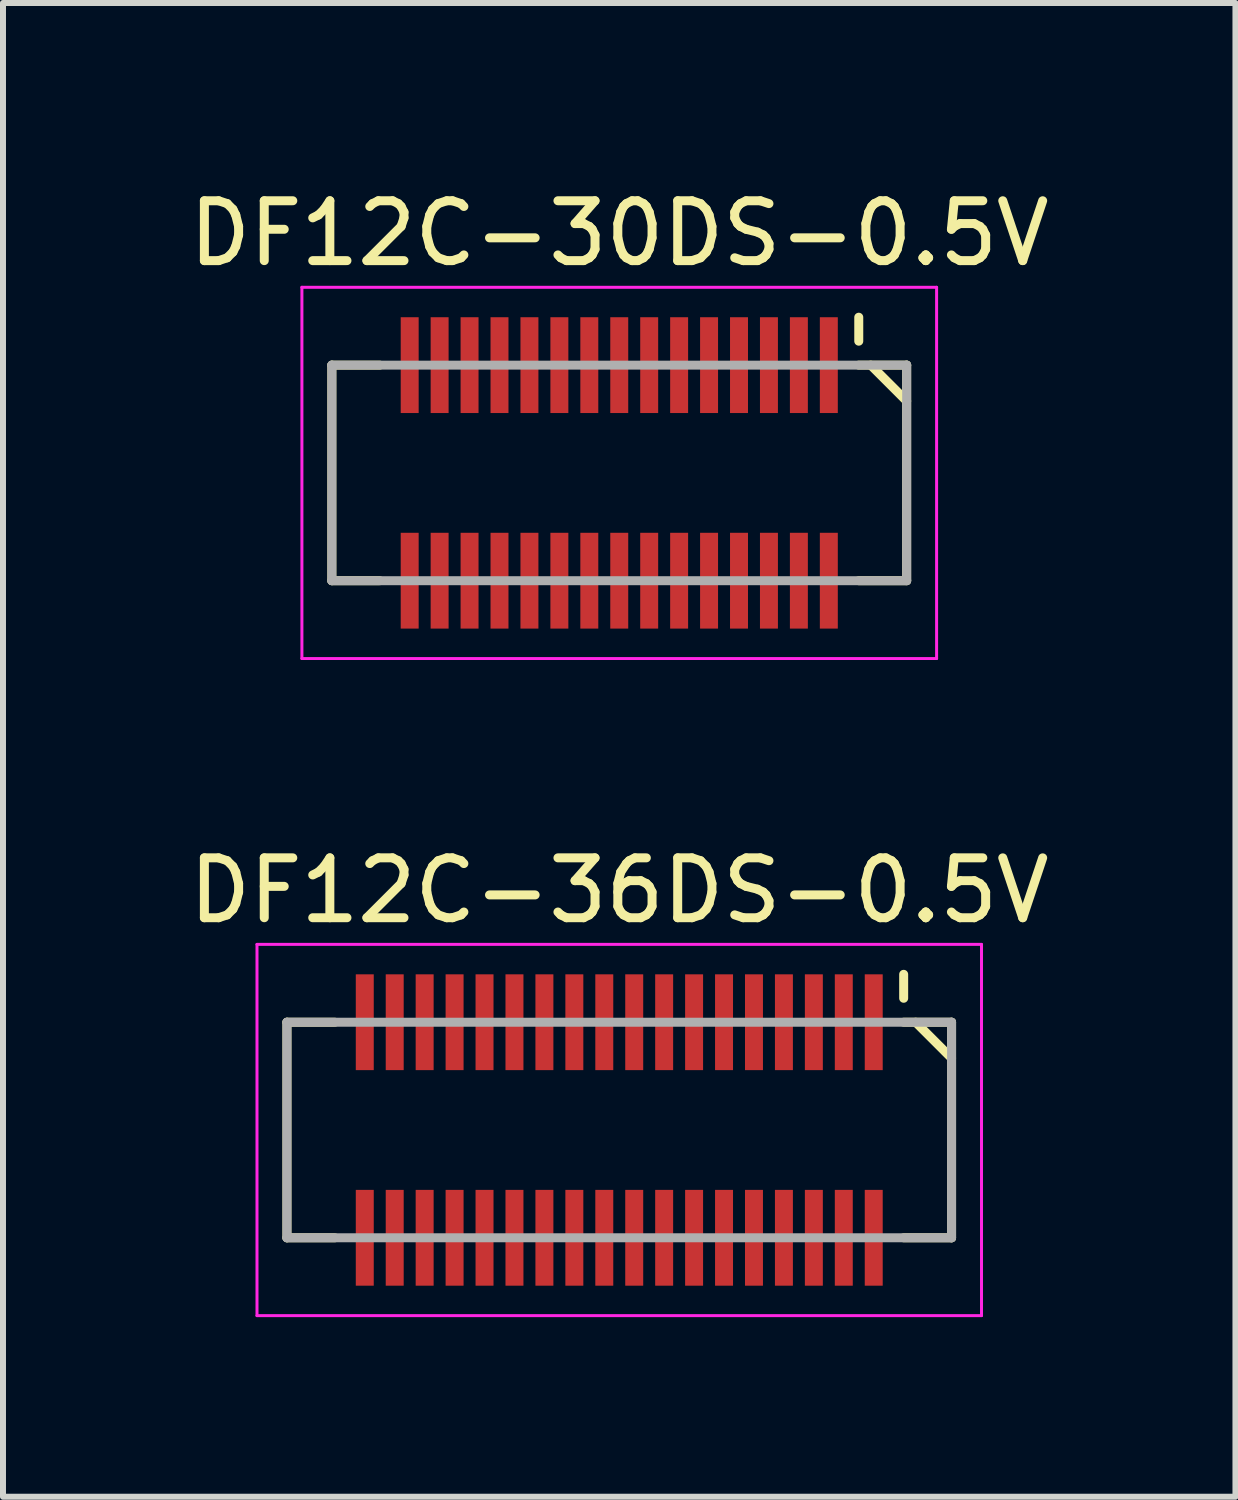
<source format=kicad_pcb>
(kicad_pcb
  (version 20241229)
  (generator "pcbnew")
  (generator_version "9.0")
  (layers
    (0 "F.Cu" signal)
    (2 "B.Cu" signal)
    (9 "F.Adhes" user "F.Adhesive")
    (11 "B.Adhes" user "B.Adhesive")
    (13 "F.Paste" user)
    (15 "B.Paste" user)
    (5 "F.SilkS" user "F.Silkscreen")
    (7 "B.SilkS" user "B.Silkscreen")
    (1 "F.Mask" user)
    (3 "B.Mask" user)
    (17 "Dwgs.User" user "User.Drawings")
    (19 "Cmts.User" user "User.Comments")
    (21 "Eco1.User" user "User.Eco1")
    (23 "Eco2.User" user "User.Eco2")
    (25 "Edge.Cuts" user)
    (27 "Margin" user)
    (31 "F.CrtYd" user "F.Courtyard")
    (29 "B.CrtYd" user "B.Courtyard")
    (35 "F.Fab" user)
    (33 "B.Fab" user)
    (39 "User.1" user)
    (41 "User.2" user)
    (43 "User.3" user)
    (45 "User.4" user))
  (footprint "DF12C-30DS-0.5V"
    (layer "F.Cu")
    (at 7.292 4.848)
    (property "Reference" "DF12C-30DS-0.5V" (at 0 -4 0) (layer "F.SilkS") (effects (font (size 1 1) (thickness 0.15))))
    (attr smd)
    (fp_line (start -4.8 -1.8) (end -4.8 1.8) (stroke (width 0.15) (type solid)) (layer "F.SilkS"))
    (fp_line (start -4.8 -1.8) (end -4 -1.8) (stroke (width 0.15) (type solid)) (layer "F.SilkS"))
    (fp_line (start -4.8 1.8) (end -4 1.8) (stroke (width 0.15) (type solid)) (layer "F.SilkS"))
    (fp_line (start 4 -2.6) (end 4 -2.2) (stroke (width 0.15) (type solid)) (layer "F.SilkS"))
    (fp_line (start 4 -1.8) (end 4.8 -1.8) (stroke (width 0.15) (type solid)) (layer "F.SilkS"))
    (fp_line (start 4 1.8) (end 4.8 1.8) (stroke (width 0.15) (type solid)) (layer "F.SilkS"))
    (fp_line (start 4.2 -1.8) (end 4.8 -1.2) (stroke (width 0.15) (type solid)) (layer "F.SilkS"))
    (fp_line (start 4.8 -1.8) (end 4.8 1.8) (stroke (width 0.15) (type solid)) (layer "F.SilkS"))
    (fp_line (start -5.3 -3.1) (end -5.3 3.1) (stroke (width 0.05) (type solid)) (layer "F.CrtYd"))
    (fp_line (start -5.3 -3.1) (end 5.3 -3.1) (stroke (width 0.05) (type solid)) (layer "F.CrtYd"))
    (fp_line (start -5.3 3.1) (end 5.3 3.1) (stroke (width 0.05) (type solid)) (layer "F.CrtYd"))
    (fp_line (start 5.3 -3.1) (end 5.3 3.1) (stroke (width 0.05) (type solid)) (layer "F.CrtYd"))
    (fp_line (start -4.8 -1.8) (end -4.8 1.8) (stroke (width 0.15) (type solid)) (layer "F.Fab"))
    (fp_line (start -4.8 -1.8) (end 4.8 -1.8) (stroke (width 0.15) (type solid)) (layer "F.Fab"))
    (fp_line (start -4.8 1.8) (end 4.8 1.8) (stroke (width 0.15) (type solid)) (layer "F.Fab"))
    (fp_line (start 4.8 -1.8) (end 4.8 1.8) (stroke (width 0.15) (type solid)) (layer "F.Fab"))
    (pad "1" smd rect (at 3.5 -1.8) (size 0.3 1.6) (layers "F.Cu" "F.Mask" "F.Paste"))
    (pad "2" smd rect (at 3.5 1.8) (size 0.3 1.6) (layers "F.Cu" "F.Mask" "F.Paste"))
    (pad "3" smd rect (at 3 -1.8) (size 0.3 1.6) (layers "F.Cu" "F.Mask" "F.Paste"))
    (pad "4" smd rect (at 3 1.8) (size 0.3 1.6) (layers "F.Cu" "F.Mask" "F.Paste"))
    (pad "5" smd rect (at 2.5 -1.8) (size 0.3 1.6) (layers "F.Cu" "F.Mask" "F.Paste"))
    (pad "6" smd rect (at 2.5 1.8) (size 0.3 1.6) (layers "F.Cu" "F.Mask" "F.Paste"))
    (pad "7" smd rect (at 2 -1.8) (size 0.3 1.6) (layers "F.Cu" "F.Mask" "F.Paste"))
    (pad "8" smd rect (at 2 1.8) (size 0.3 1.6) (layers "F.Cu" "F.Mask" "F.Paste"))
    (pad "9" smd rect (at 1.5 -1.8) (size 0.3 1.6) (layers "F.Cu" "F.Mask" "F.Paste"))
    (pad "10" smd rect (at 1.5 1.8) (size 0.3 1.6) (layers "F.Cu" "F.Mask" "F.Paste"))
    (pad "11" smd rect (at 1 -1.8) (size 0.3 1.6) (layers "F.Cu" "F.Mask" "F.Paste"))
    (pad "12" smd rect (at 1 1.8) (size 0.3 1.6) (layers "F.Cu" "F.Mask" "F.Paste"))
    (pad "13" smd rect (at 0.5 -1.8) (size 0.3 1.6) (layers "F.Cu" "F.Mask" "F.Paste"))
    (pad "14" smd rect (at 0.5 1.8) (size 0.3 1.6) (layers "F.Cu" "F.Mask" "F.Paste"))
    (pad "15" smd rect (at 0 -1.8) (size 0.3 1.6) (layers "F.Cu" "F.Mask" "F.Paste"))
    (pad "16" smd rect (at 0 1.8) (size 0.3 1.6) (layers "F.Cu" "F.Mask" "F.Paste"))
    (pad "17" smd rect (at -0.5 -1.8) (size 0.3 1.6) (layers "F.Cu" "F.Mask" "F.Paste"))
    (pad "18" smd rect (at -0.5 1.8) (size 0.3 1.6) (layers "F.Cu" "F.Mask" "F.Paste"))
    (pad "19" smd rect (at -1 -1.8) (size 0.3 1.6) (layers "F.Cu" "F.Mask" "F.Paste"))
    (pad "20" smd rect (at -1 1.8) (size 0.3 1.6) (layers "F.Cu" "F.Mask" "F.Paste"))
    (pad "21" smd rect (at -1.5 -1.8) (size 0.3 1.6) (layers "F.Cu" "F.Mask" "F.Paste"))
    (pad "22" smd rect (at -1.5 1.8) (size 0.3 1.6) (layers "F.Cu" "F.Mask" "F.Paste"))
    (pad "23" smd rect (at -2 -1.8) (size 0.3 1.6) (layers "F.Cu" "F.Mask" "F.Paste"))
    (pad "24" smd rect (at -2 1.8) (size 0.3 1.6) (layers "F.Cu" "F.Mask" "F.Paste"))
    (pad "25" smd rect (at -2.5 -1.8) (size 0.3 1.6) (layers "F.Cu" "F.Mask" "F.Paste"))
    (pad "26" smd rect (at -2.5 1.8) (size 0.3 1.6) (layers "F.Cu" "F.Mask" "F.Paste"))
    (pad "27" smd rect (at -3 -1.8) (size 0.3 1.6) (layers "F.Cu" "F.Mask" "F.Paste"))
    (pad "28" smd rect (at -3 1.8) (size 0.3 1.6) (layers "F.Cu" "F.Mask" "F.Paste"))
    (pad "29" smd rect (at -3.5 -1.8) (size 0.3 1.6) (layers "F.Cu" "F.Mask" "F.Paste"))
    (pad "30" smd rect (at -3.5 1.8) (size 0.3 1.6) (layers "F.Cu" "F.Mask" "F.Paste")))
  (footprint "DF12C-36DS-0.5V"
    (layer "F.Cu")
    (at 7.292 15.822)
    (property "Reference" "DF12C-36DS-0.5V" (at 0 -4 0) (layer "F.SilkS") (effects (font (size 1 1) (thickness 0.15))))
    (attr smd)
    (fp_line (start -5.55 -1.8) (end -5.55 1.8) (stroke (width 0.15) (type solid)) (layer "F.SilkS"))
    (fp_line (start -5.55 -1.8) (end -4.75 -1.8) (stroke (width 0.15) (type solid)) (layer "F.SilkS"))
    (fp_line (start -5.55 1.8) (end -4.75 1.8) (stroke (width 0.15) (type solid)) (layer "F.SilkS"))
    (fp_line (start 4.75 -2.6) (end 4.75 -2.2) (stroke (width 0.15) (type solid)) (layer "F.SilkS"))
    (fp_line (start 4.75 -1.8) (end 5.55 -1.8) (stroke (width 0.15) (type solid)) (layer "F.SilkS"))
    (fp_line (start 4.75 1.8) (end 5.55 1.8) (stroke (width 0.15) (type solid)) (layer "F.SilkS"))
    (fp_line (start 4.95 -1.8) (end 5.55 -1.2) (stroke (width 0.15) (type solid)) (layer "F.SilkS"))
    (fp_line (start 5.55 -1.8) (end 5.55 1.8) (stroke (width 0.15) (type solid)) (layer "F.SilkS"))
    (fp_line (start -6.05 -3.1) (end -6.05 3.1) (stroke (width 0.05) (type solid)) (layer "F.CrtYd"))
    (fp_line (start -6.05 -3.1) (end 6.05 -3.1) (stroke (width 0.05) (type solid)) (layer "F.CrtYd"))
    (fp_line (start -6.05 3.1) (end 6.05 3.1) (stroke (width 0.05) (type solid)) (layer "F.CrtYd"))
    (fp_line (start 6.05 -3.1) (end 6.05 3.1) (stroke (width 0.05) (type solid)) (layer "F.CrtYd"))
    (fp_line (start -5.55 -1.8) (end -5.55 1.8) (stroke (width 0.15) (type solid)) (layer "F.Fab"))
    (fp_line (start -5.55 -1.8) (end 5.55 -1.8) (stroke (width 0.15) (type solid)) (layer "F.Fab"))
    (fp_line (start -5.55 1.8) (end 5.55 1.8) (stroke (width 0.15) (type solid)) (layer "F.Fab"))
    (fp_line (start 5.55 -1.8) (end 5.55 1.8) (stroke (width 0.15) (type solid)) (layer "F.Fab"))
    (pad "1" smd rect (at 4.25 -1.8) (size 0.3 1.6) (layers "F.Cu" "F.Mask" "F.Paste"))
    (pad "2" smd rect (at 4.25 1.8) (size 0.3 1.6) (layers "F.Cu" "F.Mask" "F.Paste"))
    (pad "3" smd rect (at 3.75 -1.8) (size 0.3 1.6) (layers "F.Cu" "F.Mask" "F.Paste"))
    (pad "4" smd rect (at 3.75 1.8) (size 0.3 1.6) (layers "F.Cu" "F.Mask" "F.Paste"))
    (pad "5" smd rect (at 3.25 -1.8) (size 0.3 1.6) (layers "F.Cu" "F.Mask" "F.Paste"))
    (pad "6" smd rect (at 3.25 1.8) (size 0.3 1.6) (layers "F.Cu" "F.Mask" "F.Paste"))
    (pad "7" smd rect (at 2.75 -1.8) (size 0.3 1.6) (layers "F.Cu" "F.Mask" "F.Paste"))
    (pad "8" smd rect (at 2.75 1.8) (size 0.3 1.6) (layers "F.Cu" "F.Mask" "F.Paste"))
    (pad "9" smd rect (at 2.25 -1.8) (size 0.3 1.6) (layers "F.Cu" "F.Mask" "F.Paste"))
    (pad "10" smd rect (at 2.25 1.8) (size 0.3 1.6) (layers "F.Cu" "F.Mask" "F.Paste"))
    (pad "11" smd rect (at 1.75 -1.8) (size 0.3 1.6) (layers "F.Cu" "F.Mask" "F.Paste"))
    (pad "12" smd rect (at 1.75 1.8) (size 0.3 1.6) (layers "F.Cu" "F.Mask" "F.Paste"))
    (pad "13" smd rect (at 1.25 -1.8) (size 0.3 1.6) (layers "F.Cu" "F.Mask" "F.Paste"))
    (pad "14" smd rect (at 1.25 1.8) (size 0.3 1.6) (layers "F.Cu" "F.Mask" "F.Paste"))
    (pad "15" smd rect (at 0.75 -1.8) (size 0.3 1.6) (layers "F.Cu" "F.Mask" "F.Paste"))
    (pad "16" smd rect (at 0.75 1.8) (size 0.3 1.6) (layers "F.Cu" "F.Mask" "F.Paste"))
    (pad "17" smd rect (at 0.25 -1.8) (size 0.3 1.6) (layers "F.Cu" "F.Mask" "F.Paste"))
    (pad "18" smd rect (at 0.25 1.8) (size 0.3 1.6) (layers "F.Cu" "F.Mask" "F.Paste"))
    (pad "19" smd rect (at -0.25 -1.8) (size 0.3 1.6) (layers "F.Cu" "F.Mask" "F.Paste"))
    (pad "20" smd rect (at -0.25 1.8) (size 0.3 1.6) (layers "F.Cu" "F.Mask" "F.Paste"))
    (pad "21" smd rect (at -0.75 -1.8) (size 0.3 1.6) (layers "F.Cu" "F.Mask" "F.Paste"))
    (pad "22" smd rect (at -0.75 1.8) (size 0.3 1.6) (layers "F.Cu" "F.Mask" "F.Paste"))
    (pad "23" smd rect (at -1.25 -1.8) (size 0.3 1.6) (layers "F.Cu" "F.Mask" "F.Paste"))
    (pad "24" smd rect (at -1.25 1.8) (size 0.3 1.6) (layers "F.Cu" "F.Mask" "F.Paste"))
    (pad "25" smd rect (at -1.75 -1.8) (size 0.3 1.6) (layers "F.Cu" "F.Mask" "F.Paste"))
    (pad "26" smd rect (at -1.75 1.8) (size 0.3 1.6) (layers "F.Cu" "F.Mask" "F.Paste"))
    (pad "27" smd rect (at -2.25 -1.8) (size 0.3 1.6) (layers "F.Cu" "F.Mask" "F.Paste"))
    (pad "28" smd rect (at -2.25 1.8) (size 0.3 1.6) (layers "F.Cu" "F.Mask" "F.Paste"))
    (pad "29" smd rect (at -2.75 -1.8) (size 0.3 1.6) (layers "F.Cu" "F.Mask" "F.Paste"))
    (pad "30" smd rect (at -2.75 1.8) (size 0.3 1.6) (layers "F.Cu" "F.Mask" "F.Paste"))
    (pad "31" smd rect (at -3.25 -1.8) (size 0.3 1.6) (layers "F.Cu" "F.Mask" "F.Paste"))
    (pad "32" smd rect (at -3.25 1.8) (size 0.3 1.6) (layers "F.Cu" "F.Mask" "F.Paste"))
    (pad "33" smd rect (at -3.75 -1.8) (size 0.3 1.6) (layers "F.Cu" "F.Mask" "F.Paste"))
    (pad "34" smd rect (at -3.75 1.8) (size 0.3 1.6) (layers "F.Cu" "F.Mask" "F.Paste"))
    (pad "35" smd rect (at -4.25 -1.8) (size 0.3 1.6) (layers "F.Cu" "F.Mask" "F.Paste"))
    (pad "36" smd rect (at -4.25 1.8) (size 0.3 1.6) (layers "F.Cu" "F.Mask" "F.Paste")))
  (gr_rect
    (start -3 -3)
    (end 17.583 21.947)
    (stroke (width 0.1) (type default))
    (fill no)
    (layer "Edge.Cuts")))
</source>
